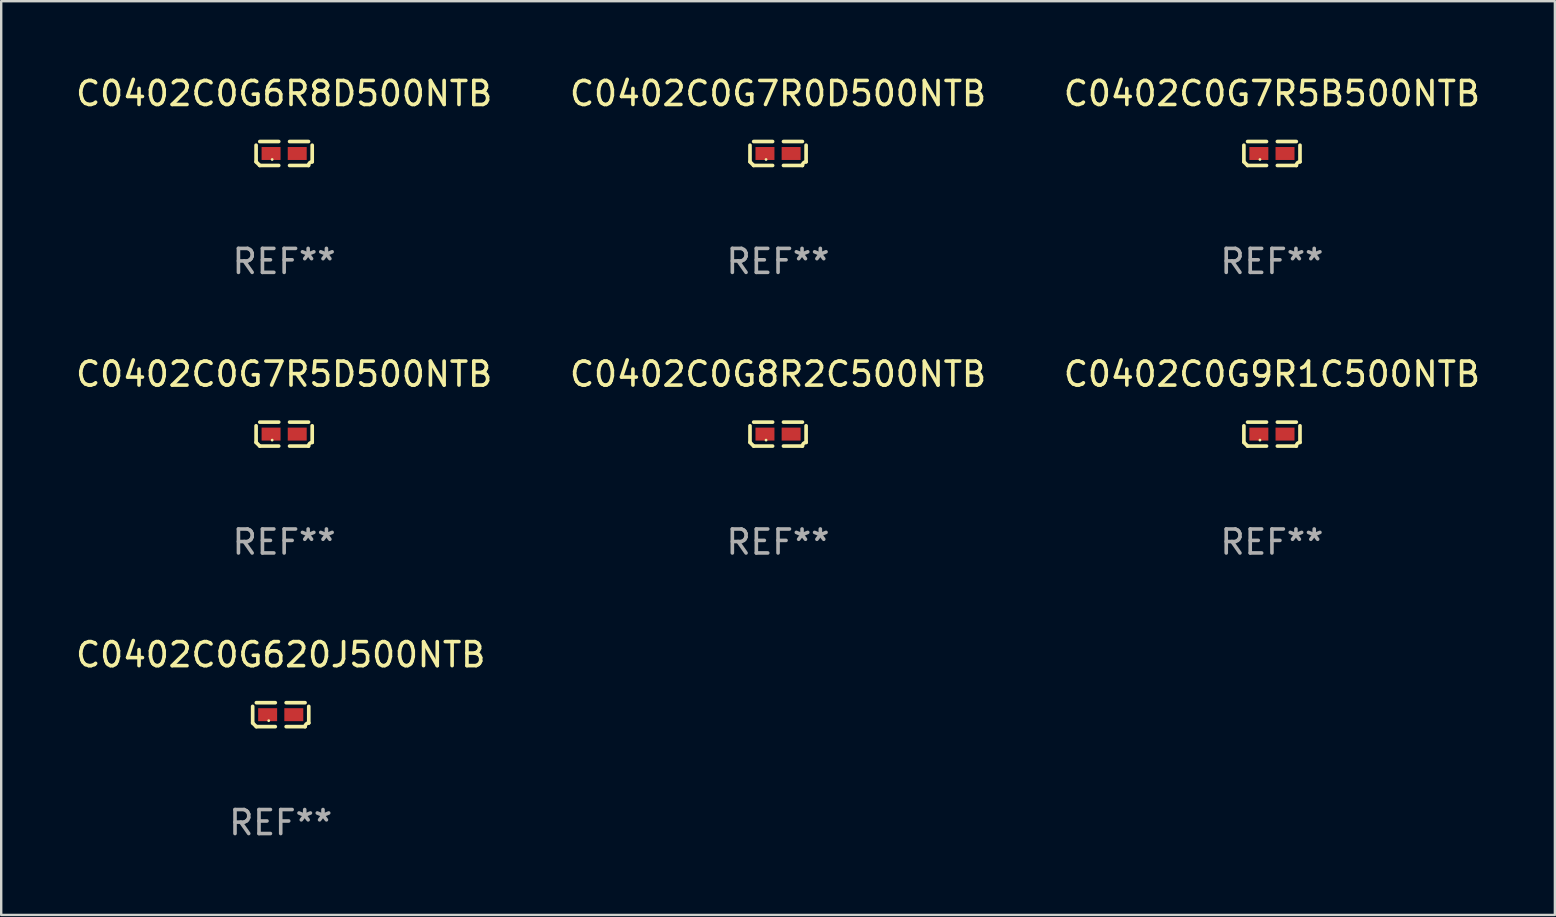
<source format=kicad_pcb>
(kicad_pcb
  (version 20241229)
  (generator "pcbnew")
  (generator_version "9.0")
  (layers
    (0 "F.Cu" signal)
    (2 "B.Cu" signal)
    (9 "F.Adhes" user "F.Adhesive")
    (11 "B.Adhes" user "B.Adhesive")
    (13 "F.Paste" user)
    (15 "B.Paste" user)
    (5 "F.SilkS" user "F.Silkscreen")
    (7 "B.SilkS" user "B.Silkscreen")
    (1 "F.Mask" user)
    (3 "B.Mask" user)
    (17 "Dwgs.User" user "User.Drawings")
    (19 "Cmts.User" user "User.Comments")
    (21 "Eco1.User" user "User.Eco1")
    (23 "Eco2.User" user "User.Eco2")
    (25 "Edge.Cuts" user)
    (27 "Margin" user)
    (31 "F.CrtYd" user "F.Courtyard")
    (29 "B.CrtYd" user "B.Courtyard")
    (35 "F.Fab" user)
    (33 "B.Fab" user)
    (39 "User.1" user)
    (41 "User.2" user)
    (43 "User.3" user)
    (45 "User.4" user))
  (footprint "C0402C0G620J500NTB"
    (layer "F.Cu")
    (at 8.649 26.734)
    (property "Reference" "C0402C0G620J500NTB" (at 0 -2.499 0) (layer "F.SilkS") (effects (font (size 1 1) (thickness 0.15))))
    (attr through_hole)
    (fp_line (start -1.169 0.346) (end -1.169 -0.346) (stroke (width 0.152) (type solid)) (layer "F.SilkS"))
    (fp_line (start -1.016 -0.499) (end -0.226 -0.499) (stroke (width 0.152) (type solid)) (layer "F.SilkS"))
    (fp_line (start -0.226 0.499) (end -1.016 0.499) (stroke (width 0.152) (type solid)) (layer "F.SilkS"))
    (fp_line (start 0.226 0.499) (end 1.016 0.499) (stroke (width 0.152) (type solid)) (layer "F.SilkS"))
    (fp_line (start 1.016 -0.499) (end 0.226 -0.499) (stroke (width 0.152) (type solid)) (layer "F.SilkS"))
    (fp_line (start 1.169 0.346) (end 1.169 -0.346) (stroke (width 0.152) (type solid)) (layer "F.SilkS"))
    (fp_arc (start -1.016307 0.498603) (mid -1.092512 0.422405) (end -1.16871 0.3462) (stroke (width 0.1524) (type solid)) (layer "F.SilkS"))
    (fp_arc (start 1.016307 0.498603) (mid 1.060899 0.390758) (end 1.168707 0.346076) (stroke (width 0.1524) (type solid)) (layer "F.SilkS"))
    (fp_circle (center -0.5 0.25) (end -0.47 0.25) (stroke (width 0.06) (type solid)) (fill no) (layer "F.SilkS"))
    (fp_text user "REF**" (at 0 4.499 0) (layer "F.Fab") (effects (font (size 1 1) (thickness 0.15))))
    (pad "1" smd rect (at -0.545 0) (size 0.79 0.54) (layers "F.Cu" "F.Mask" "F.Paste"))
    (pad "2" smd rect (at 0.545 0) (size 0.79 0.54) (layers "F.Cu" "F.Mask" "F.Paste")))
  (footprint "C0402C0G7R0D500NTB"
    (layer "F.Cu")
    (at 29.375 3.347)
    (property "Reference" "C0402C0G7R0D500NTB" (at 0 -2.499 0) (layer "F.SilkS") (effects (font (size 1 1) (thickness 0.15))))
    (attr through_hole)
    (fp_line (start -1.169 0.346) (end -1.169 -0.346) (stroke (width 0.152) (type solid)) (layer "F.SilkS"))
    (fp_line (start -1.016 -0.499) (end -0.226 -0.499) (stroke (width 0.152) (type solid)) (layer "F.SilkS"))
    (fp_line (start -0.226 0.499) (end -1.016 0.499) (stroke (width 0.152) (type solid)) (layer "F.SilkS"))
    (fp_line (start 0.226 0.499) (end 1.016 0.499) (stroke (width 0.152) (type solid)) (layer "F.SilkS"))
    (fp_line (start 1.016 -0.499) (end 0.226 -0.499) (stroke (width 0.152) (type solid)) (layer "F.SilkS"))
    (fp_line (start 1.169 0.346) (end 1.169 -0.346) (stroke (width 0.152) (type solid)) (layer "F.SilkS"))
    (fp_arc (start -1.016307 0.498603) (mid -1.092512 0.422405) (end -1.16871 0.3462) (stroke (width 0.1524) (type solid)) (layer "F.SilkS"))
    (fp_arc (start 1.016307 0.498603) (mid 1.060899 0.390758) (end 1.168707 0.346076) (stroke (width 0.1524) (type solid)) (layer "F.SilkS"))
    (fp_circle (center -0.5 0.25) (end -0.47 0.25) (stroke (width 0.06) (type solid)) (fill no) (layer "F.SilkS"))
    (fp_text user "REF**" (at 0 4.499 0) (layer "F.Fab") (effects (font (size 1 1) (thickness 0.15))))
    (pad "1" smd rect (at -0.545 0) (size 0.79 0.54) (layers "F.Cu" "F.Mask" "F.Paste"))
    (pad "2" smd rect (at 0.545 0) (size 0.79 0.54) (layers "F.Cu" "F.Mask" "F.Paste")))
  (footprint "C0402C0G6R8D500NTB"
    (layer "F.Cu")
    (at 8.792 3.347)
    (property "Reference" "C0402C0G6R8D500NTB" (at 0 -2.499 0) (layer "F.SilkS") (effects (font (size 1 1) (thickness 0.15))))
    (attr through_hole)
    (fp_line (start -1.169 0.346) (end -1.169 -0.346) (stroke (width 0.152) (type solid)) (layer "F.SilkS"))
    (fp_line (start -1.016 -0.499) (end -0.226 -0.499) (stroke (width 0.152) (type solid)) (layer "F.SilkS"))
    (fp_line (start -0.226 0.499) (end -1.016 0.499) (stroke (width 0.152) (type solid)) (layer "F.SilkS"))
    (fp_line (start 0.226 0.499) (end 1.016 0.499) (stroke (width 0.152) (type solid)) (layer "F.SilkS"))
    (fp_line (start 1.016 -0.499) (end 0.226 -0.499) (stroke (width 0.152) (type solid)) (layer "F.SilkS"))
    (fp_line (start 1.169 0.346) (end 1.169 -0.346) (stroke (width 0.152) (type solid)) (layer "F.SilkS"))
    (fp_arc (start -1.016307 0.498603) (mid -1.092512 0.422405) (end -1.16871 0.3462) (stroke (width 0.1524) (type solid)) (layer "F.SilkS"))
    (fp_arc (start 1.016307 0.498603) (mid 1.060899 0.390758) (end 1.168707 0.346076) (stroke (width 0.1524) (type solid)) (layer "F.SilkS"))
    (fp_circle (center -0.5 0.25) (end -0.47 0.25) (stroke (width 0.06) (type solid)) (fill no) (layer "F.SilkS"))
    (fp_text user "REF**" (at 0 4.499 0) (layer "F.Fab") (effects (font (size 1 1) (thickness 0.15))))
    (pad "1" smd rect (at -0.545 0) (size 0.79 0.54) (layers "F.Cu" "F.Mask" "F.Paste"))
    (pad "2" smd rect (at 0.545 0) (size 0.79 0.54) (layers "F.Cu" "F.Mask" "F.Paste")))
  (footprint "C0402C0G8R2C500NTB"
    (layer "F.Cu")
    (at 29.375 15.041)
    (property "Reference" "C0402C0G8R2C500NTB" (at 0 -2.499 0) (layer "F.SilkS") (effects (font (size 1 1) (thickness 0.15))))
    (attr through_hole)
    (fp_line (start -1.169 0.346) (end -1.169 -0.346) (stroke (width 0.152) (type solid)) (layer "F.SilkS"))
    (fp_line (start -1.016 -0.499) (end -0.226 -0.499) (stroke (width 0.152) (type solid)) (layer "F.SilkS"))
    (fp_line (start -0.226 0.499) (end -1.016 0.499) (stroke (width 0.152) (type solid)) (layer "F.SilkS"))
    (fp_line (start 0.226 0.499) (end 1.016 0.499) (stroke (width 0.152) (type solid)) (layer "F.SilkS"))
    (fp_line (start 1.016 -0.499) (end 0.226 -0.499) (stroke (width 0.152) (type solid)) (layer "F.SilkS"))
    (fp_line (start 1.169 0.346) (end 1.169 -0.346) (stroke (width 0.152) (type solid)) (layer "F.SilkS"))
    (fp_arc (start -1.016307 0.498603) (mid -1.092512 0.422405) (end -1.16871 0.3462) (stroke (width 0.1524) (type solid)) (layer "F.SilkS"))
    (fp_arc (start 1.016307 0.498603) (mid 1.060899 0.390758) (end 1.168707 0.346076) (stroke (width 0.1524) (type solid)) (layer "F.SilkS"))
    (fp_circle (center -0.5 0.25) (end -0.47 0.25) (stroke (width 0.06) (type solid)) (fill no) (layer "F.SilkS"))
    (fp_text user "REF**" (at 0 4.499 0) (layer "F.Fab") (effects (font (size 1 1) (thickness 0.15))))
    (pad "1" smd rect (at -0.545 0) (size 0.79 0.54) (layers "F.Cu" "F.Mask" "F.Paste"))
    (pad "2" smd rect (at 0.545 0) (size 0.79 0.54) (layers "F.Cu" "F.Mask" "F.Paste")))
  (footprint "C0402C0G7R5B500NTB"
    (layer "F.Cu")
    (at 49.958 3.347)
    (property "Reference" "C0402C0G7R5B500NTB" (at 0 -2.499 0) (layer "F.SilkS") (effects (font (size 1 1) (thickness 0.15))))
    (attr through_hole)
    (fp_line (start -1.169 0.346) (end -1.169 -0.346) (stroke (width 0.152) (type solid)) (layer "F.SilkS"))
    (fp_line (start -1.016 -0.499) (end -0.226 -0.499) (stroke (width 0.152) (type solid)) (layer "F.SilkS"))
    (fp_line (start -0.226 0.499) (end -1.016 0.499) (stroke (width 0.152) (type solid)) (layer "F.SilkS"))
    (fp_line (start 0.226 0.499) (end 1.016 0.499) (stroke (width 0.152) (type solid)) (layer "F.SilkS"))
    (fp_line (start 1.016 -0.499) (end 0.226 -0.499) (stroke (width 0.152) (type solid)) (layer "F.SilkS"))
    (fp_line (start 1.169 0.346) (end 1.169 -0.346) (stroke (width 0.152) (type solid)) (layer "F.SilkS"))
    (fp_arc (start -1.016307 0.498603) (mid -1.092512 0.422405) (end -1.16871 0.3462) (stroke (width 0.1524) (type solid)) (layer "F.SilkS"))
    (fp_arc (start 1.016307 0.498603) (mid 1.060899 0.390758) (end 1.168707 0.346076) (stroke (width 0.1524) (type solid)) (layer "F.SilkS"))
    (fp_circle (center -0.5 0.25) (end -0.47 0.25) (stroke (width 0.06) (type solid)) (fill no) (layer "F.SilkS"))
    (fp_text user "REF**" (at 0 4.499 0) (layer "F.Fab") (effects (font (size 1 1) (thickness 0.15))))
    (pad "1" smd rect (at -0.545 0) (size 0.79 0.54) (layers "F.Cu" "F.Mask" "F.Paste"))
    (pad "2" smd rect (at 0.545 0) (size 0.79 0.54) (layers "F.Cu" "F.Mask" "F.Paste")))
  (footprint "C0402C0G9R1C500NTB"
    (layer "F.Cu")
    (at 49.958 15.041)
    (property "Reference" "C0402C0G9R1C500NTB" (at 0 -2.499 0) (layer "F.SilkS") (effects (font (size 1 1) (thickness 0.15))))
    (attr through_hole)
    (fp_line (start -1.169 0.346) (end -1.169 -0.346) (stroke (width 0.152) (type solid)) (layer "F.SilkS"))
    (fp_line (start -1.016 -0.499) (end -0.226 -0.499) (stroke (width 0.152) (type solid)) (layer "F.SilkS"))
    (fp_line (start -0.226 0.499) (end -1.016 0.499) (stroke (width 0.152) (type solid)) (layer "F.SilkS"))
    (fp_line (start 0.226 0.499) (end 1.016 0.499) (stroke (width 0.152) (type solid)) (layer "F.SilkS"))
    (fp_line (start 1.016 -0.499) (end 0.226 -0.499) (stroke (width 0.152) (type solid)) (layer "F.SilkS"))
    (fp_line (start 1.169 0.346) (end 1.169 -0.346) (stroke (width 0.152) (type solid)) (layer "F.SilkS"))
    (fp_arc (start -1.016307 0.498603) (mid -1.092512 0.422405) (end -1.16871 0.3462) (stroke (width 0.1524) (type solid)) (layer "F.SilkS"))
    (fp_arc (start 1.016307 0.498603) (mid 1.060899 0.390758) (end 1.168707 0.346076) (stroke (width 0.1524) (type solid)) (layer "F.SilkS"))
    (fp_circle (center -0.5 0.25) (end -0.47 0.25) (stroke (width 0.06) (type solid)) (fill no) (layer "F.SilkS"))
    (fp_text user "REF**" (at 0 4.499 0) (layer "F.Fab") (effects (font (size 1 1) (thickness 0.15))))
    (pad "1" smd rect (at -0.545 0) (size 0.79 0.54) (layers "F.Cu" "F.Mask" "F.Paste"))
    (pad "2" smd rect (at 0.545 0) (size 0.79 0.54) (layers "F.Cu" "F.Mask" "F.Paste")))
  (footprint "C0402C0G7R5D500NTB"
    (layer "F.Cu")
    (at 8.792 15.041)
    (property "Reference" "C0402C0G7R5D500NTB" (at 0 -2.499 0) (layer "F.SilkS") (effects (font (size 1 1) (thickness 0.15))))
    (attr through_hole)
    (fp_line (start -1.169 0.346) (end -1.169 -0.346) (stroke (width 0.152) (type solid)) (layer "F.SilkS"))
    (fp_line (start -1.016 -0.499) (end -0.226 -0.499) (stroke (width 0.152) (type solid)) (layer "F.SilkS"))
    (fp_line (start -0.226 0.499) (end -1.016 0.499) (stroke (width 0.152) (type solid)) (layer "F.SilkS"))
    (fp_line (start 0.226 0.499) (end 1.016 0.499) (stroke (width 0.152) (type solid)) (layer "F.SilkS"))
    (fp_line (start 1.016 -0.499) (end 0.226 -0.499) (stroke (width 0.152) (type solid)) (layer "F.SilkS"))
    (fp_line (start 1.169 0.346) (end 1.169 -0.346) (stroke (width 0.152) (type solid)) (layer "F.SilkS"))
    (fp_arc (start -1.016307 0.498603) (mid -1.092512 0.422405) (end -1.16871 0.3462) (stroke (width 0.1524) (type solid)) (layer "F.SilkS"))
    (fp_arc (start 1.016307 0.498603) (mid 1.060899 0.390758) (end 1.168707 0.346076) (stroke (width 0.1524) (type solid)) (layer "F.SilkS"))
    (fp_circle (center -0.5 0.25) (end -0.47 0.25) (stroke (width 0.06) (type solid)) (fill no) (layer "F.SilkS"))
    (fp_text user "REF**" (at 0 4.499 0) (layer "F.Fab") (effects (font (size 1 1) (thickness 0.15))))
    (pad "1" smd rect (at -0.545 0) (size 0.79 0.54) (layers "F.Cu" "F.Mask" "F.Paste"))
    (pad "2" smd rect (at 0.545 0) (size 0.79 0.54) (layers "F.Cu" "F.Mask" "F.Paste")))
  (gr_rect
    (start -3 -3)
    (end 61.75 35.081)
    (stroke (width 0.1) (type default))
    (fill no)
    (layer "Edge.Cuts")))
</source>
